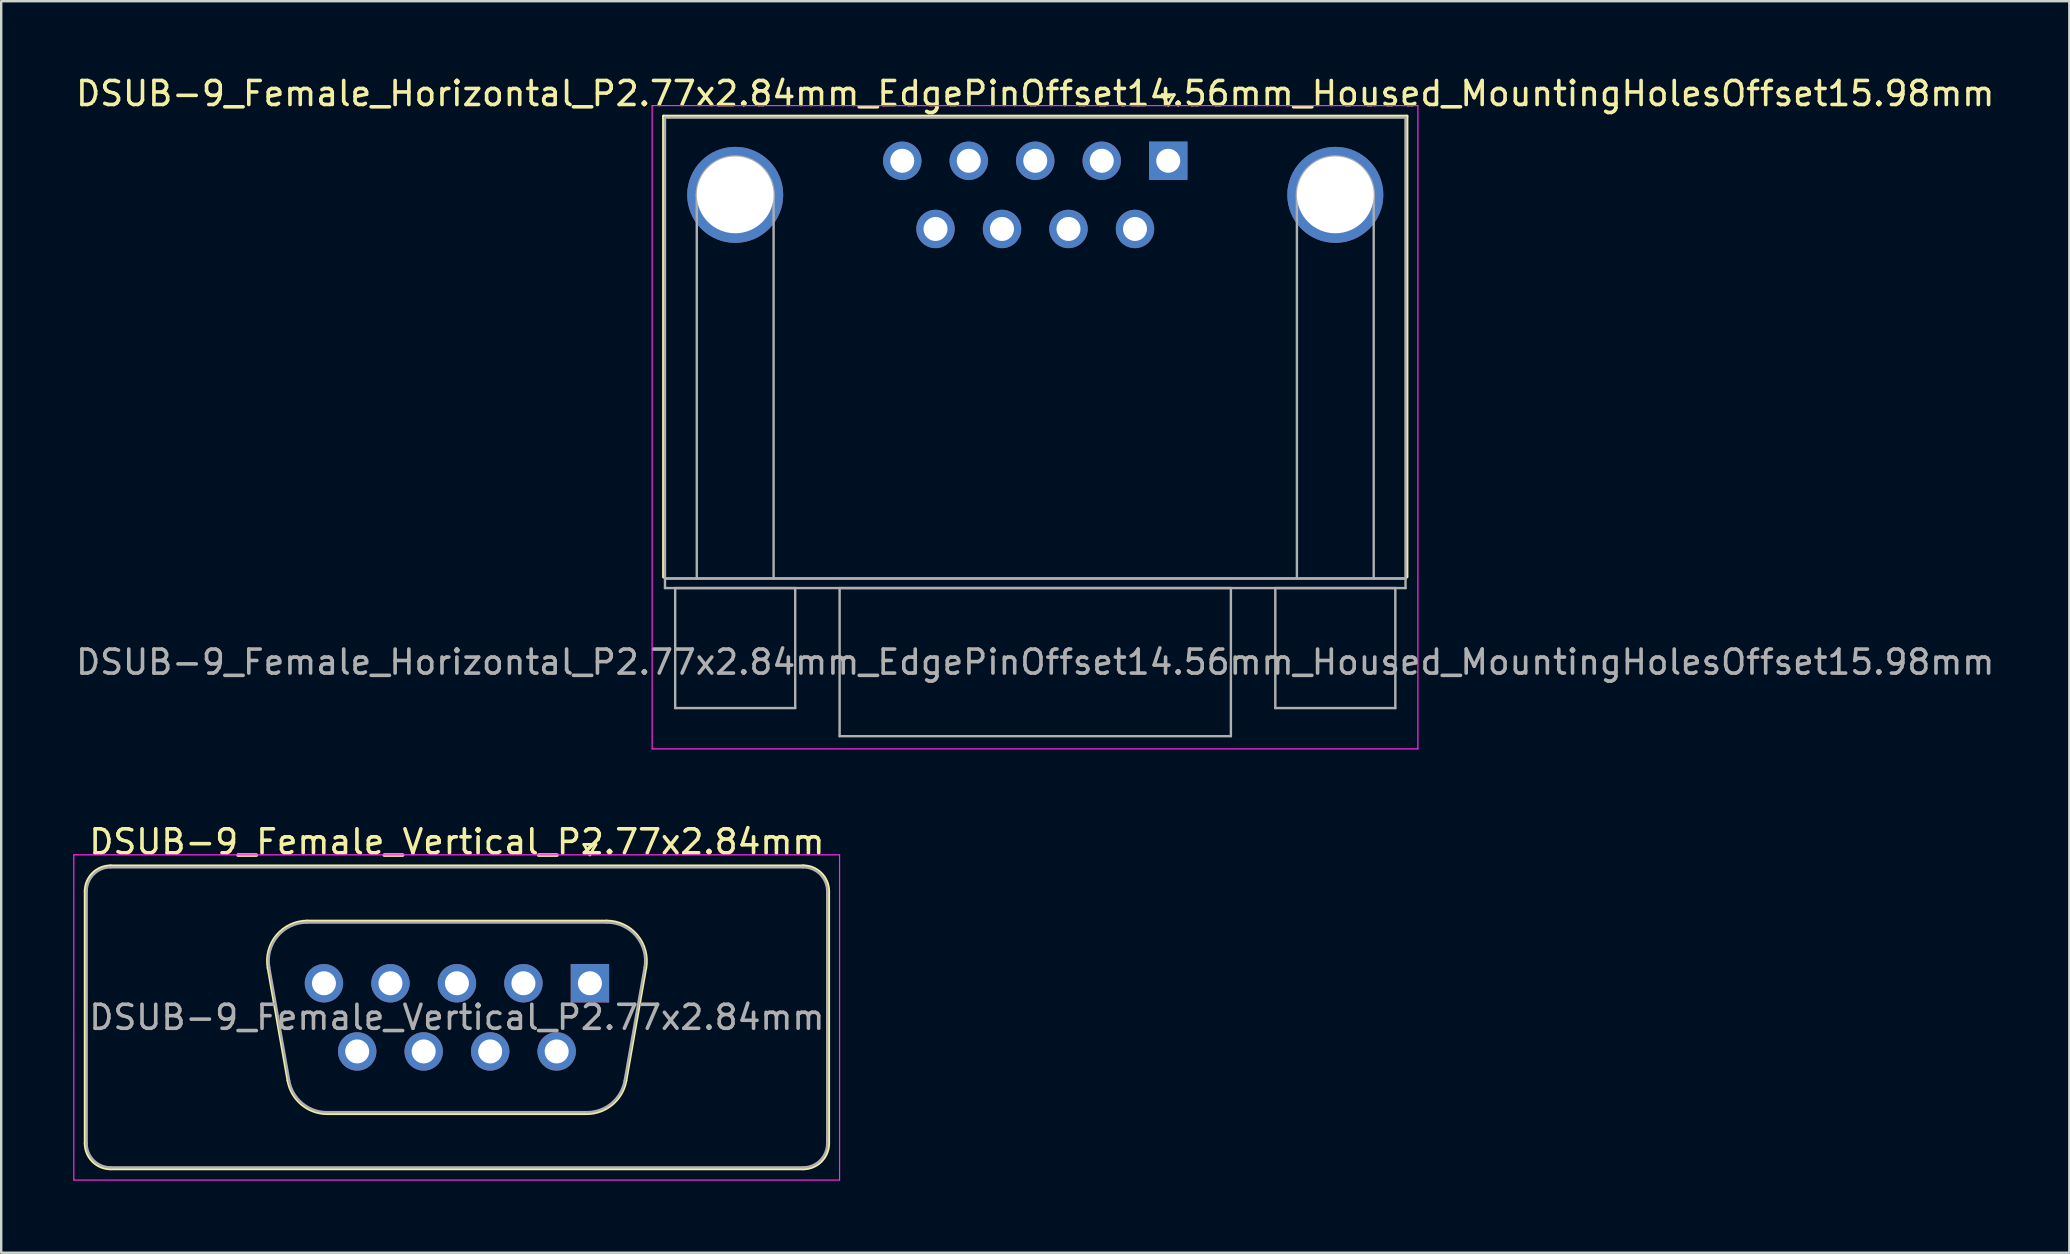
<source format=kicad_pcb>
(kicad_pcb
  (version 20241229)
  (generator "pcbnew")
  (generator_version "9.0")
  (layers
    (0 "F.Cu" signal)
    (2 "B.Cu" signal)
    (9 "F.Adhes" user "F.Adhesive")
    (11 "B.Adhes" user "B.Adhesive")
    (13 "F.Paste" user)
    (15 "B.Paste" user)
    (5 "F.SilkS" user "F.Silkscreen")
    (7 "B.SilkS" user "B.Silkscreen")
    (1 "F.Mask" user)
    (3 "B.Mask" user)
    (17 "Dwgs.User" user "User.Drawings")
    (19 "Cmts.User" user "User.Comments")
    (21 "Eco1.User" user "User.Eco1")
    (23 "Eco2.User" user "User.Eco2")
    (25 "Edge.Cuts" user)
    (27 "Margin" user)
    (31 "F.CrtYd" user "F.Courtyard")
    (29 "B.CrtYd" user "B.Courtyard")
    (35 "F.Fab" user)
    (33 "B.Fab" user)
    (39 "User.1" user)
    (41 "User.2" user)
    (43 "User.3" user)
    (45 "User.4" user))
  (footprint "DSUB-9_Female_Horizontal_P2.77x2.84mm_EdgePinOffset14.56mm_Housed_MountingHolesOffset15.98mm"
    (layer "F.Cu")
    (at 45.617 3.648)
    (property "Reference" "DSUB-9_Female_Horizontal_P2.77x2.84mm_EdgePinOffset14.56mm_Housed_MountingHolesOffset15.98mm" (at -5.54 -2.8 0) (layer "F.SilkS") (effects (font (size 1 1) (thickness 0.15))))
    (attr through_hole)
    (fp_line (start -21.025 -1.86) (end 9.945 -1.86) (stroke (width 0.12) (type solid)) (layer "F.SilkS"))
    (fp_line (start -21.025 17.34) (end -21.025 -1.86) (stroke (width 0.12) (type solid)) (layer "F.SilkS"))
    (fp_line (start -0.25 -2.754) (end 0.25 -2.754) (stroke (width 0.12) (type solid)) (layer "F.SilkS"))
    (fp_line (start 0 -2.321) (end -0.25 -2.754) (stroke (width 0.12) (type solid)) (layer "F.SilkS"))
    (fp_line (start 0.25 -2.754) (end 0 -2.321) (stroke (width 0.12) (type solid)) (layer "F.SilkS"))
    (fp_line (start 9.945 -1.86) (end 9.945 17.34) (stroke (width 0.12) (type solid)) (layer "F.SilkS"))
    (fp_line (start -21.5 -2.3) (end -21.5 24.5) (stroke (width 0.05) (type solid)) (layer "F.CrtYd"))
    (fp_line (start -21.5 24.5) (end 10.4 24.5) (stroke (width 0.05) (type solid)) (layer "F.CrtYd"))
    (fp_line (start 10.4 -2.3) (end -21.5 -2.3) (stroke (width 0.05) (type solid)) (layer "F.CrtYd"))
    (fp_line (start 10.4 24.5) (end 10.4 -2.3) (stroke (width 0.05) (type solid)) (layer "F.CrtYd"))
    (fp_line (start -20.965 -1.8) (end -20.965 17.4) (stroke (width 0.1) (type solid)) (layer "F.Fab"))
    (fp_line (start -20.965 17.4) (end -20.965 17.8) (stroke (width 0.1) (type solid)) (layer "F.Fab"))
    (fp_line (start -20.965 17.4) (end 9.885 17.4) (stroke (width 0.1) (type solid)) (layer "F.Fab"))
    (fp_line (start -20.965 17.8) (end 9.885 17.8) (stroke (width 0.1) (type solid)) (layer "F.Fab"))
    (fp_line (start -20.54 17.8) (end -20.54 22.8) (stroke (width 0.1) (type solid)) (layer "F.Fab"))
    (fp_line (start -20.54 22.8) (end -15.54 22.8) (stroke (width 0.1) (type solid)) (layer "F.Fab"))
    (fp_line (start -19.64 17.4) (end -19.64 1.42) (stroke (width 0.1) (type solid)) (layer "F.Fab"))
    (fp_line (start -16.44 17.4) (end -16.44 1.42) (stroke (width 0.1) (type solid)) (layer "F.Fab"))
    (fp_line (start -15.54 17.8) (end -20.54 17.8) (stroke (width 0.1) (type solid)) (layer "F.Fab"))
    (fp_line (start -15.54 22.8) (end -15.54 17.8) (stroke (width 0.1) (type solid)) (layer "F.Fab"))
    (fp_line (start -13.69 17.8) (end -13.69 23.97) (stroke (width 0.1) (type solid)) (layer "F.Fab"))
    (fp_line (start -13.69 23.97) (end 2.61 23.97) (stroke (width 0.1) (type solid)) (layer "F.Fab"))
    (fp_line (start 2.61 17.8) (end -13.69 17.8) (stroke (width 0.1) (type solid)) (layer "F.Fab"))
    (fp_line (start 2.61 23.97) (end 2.61 17.8) (stroke (width 0.1) (type solid)) (layer "F.Fab"))
    (fp_line (start 4.46 17.8) (end 4.46 22.8) (stroke (width 0.1) (type solid)) (layer "F.Fab"))
    (fp_line (start 4.46 22.8) (end 9.46 22.8) (stroke (width 0.1) (type solid)) (layer "F.Fab"))
    (fp_line (start 5.36 17.4) (end 5.36 1.42) (stroke (width 0.1) (type solid)) (layer "F.Fab"))
    (fp_line (start 8.56 17.4) (end 8.56 1.42) (stroke (width 0.1) (type solid)) (layer "F.Fab"))
    (fp_line (start 9.46 17.8) (end 4.46 17.8) (stroke (width 0.1) (type solid)) (layer "F.Fab"))
    (fp_line (start 9.46 22.8) (end 9.46 17.8) (stroke (width 0.1) (type solid)) (layer "F.Fab"))
    (fp_line (start 9.885 -1.8) (end -20.965 -1.8) (stroke (width 0.1) (type solid)) (layer "F.Fab"))
    (fp_line (start 9.885 17.4) (end -20.965 17.4) (stroke (width 0.1) (type solid)) (layer "F.Fab"))
    (fp_line (start 9.885 17.4) (end 9.885 -1.8) (stroke (width 0.1) (type solid)) (layer "F.Fab"))
    (fp_line (start 9.885 17.8) (end 9.885 17.4) (stroke (width 0.1) (type solid)) (layer "F.Fab"))
    (fp_arc (start -19.64 1.42) (mid -18.04 -0.18) (end -16.44 1.42) (stroke (width 0.1) (type solid)) (layer "F.Fab"))
    (fp_arc (start 5.36 1.42) (mid 6.96 -0.18) (end 8.56 1.42) (stroke (width 0.1) (type solid)) (layer "F.Fab"))
    (fp_text user "${REFERENCE}" (at -5.54 20.885 0) (layer "F.Fab") (effects (font (size 1 1) (thickness 0.15))))
    (pad "0" thru_hole circle (at -18.04 1.42) (size 4 4) (drill 3.2) (layers "*.Cu" "*.Mask"))
    (pad "0" thru_hole circle (at 6.96 1.42) (size 4 4) (drill 3.2) (layers "*.Cu" "*.Mask"))
    (pad "1" thru_hole rect (at 0 0) (size 1.6 1.6) (drill 1) (layers "*.Cu" "*.Mask"))
    (pad "2" thru_hole circle (at -2.77 0) (size 1.6 1.6) (drill 1) (layers "*.Cu" "*.Mask"))
    (pad "3" thru_hole circle (at -5.54 0) (size 1.6 1.6) (drill 1) (layers "*.Cu" "*.Mask"))
    (pad "4" thru_hole circle (at -8.31 0) (size 1.6 1.6) (drill 1) (layers "*.Cu" "*.Mask"))
    (pad "5" thru_hole circle (at -11.08 0) (size 1.6 1.6) (drill 1) (layers "*.Cu" "*.Mask"))
    (pad "6" thru_hole circle (at -1.385 2.84) (size 1.6 1.6) (drill 1) (layers "*.Cu" "*.Mask"))
    (pad "7" thru_hole circle (at -4.155 2.84) (size 1.6 1.6) (drill 1) (layers "*.Cu" "*.Mask"))
    (pad "8" thru_hole circle (at -6.925 2.84) (size 1.6 1.6) (drill 1) (layers "*.Cu" "*.Mask"))
    (pad "9" thru_hole circle (at -9.695 2.84) (size 1.6 1.6) (drill 1) (layers "*.Cu" "*.Mask")))
  (footprint "DSUB-9_Female_Vertical_P2.77x2.84mm"
    (layer "F.Cu")
    (at 21.525 37.911)
    (property "Reference" "DSUB-9_Female_Vertical_P2.77x2.84mm" (at -5.54 -5.89 0) (layer "F.SilkS") (effects (font (size 1 1) (thickness 0.15))))
    (attr through_hole)
    (fp_line (start -21.025 6.67) (end -21.025 -3.83) (stroke (width 0.12) (type solid)) (layer "F.SilkS"))
    (fp_line (start -19.965 -4.89) (end 8.885 -4.89) (stroke (width 0.12) (type solid)) (layer "F.SilkS"))
    (fp_line (start -13.406 -0.642) (end -12.578 4.058) (stroke (width 0.12) (type solid)) (layer "F.SilkS"))
    (fp_line (start -11.772 -2.59) (end 0.692 -2.59) (stroke (width 0.12) (type solid)) (layer "F.SilkS"))
    (fp_line (start -10.943 5.43) (end -0.137 5.43) (stroke (width 0.12) (type solid)) (layer "F.SilkS"))
    (fp_line (start -0.25 -5.784) (end 0.25 -5.784) (stroke (width 0.12) (type solid)) (layer "F.SilkS"))
    (fp_line (start 0 -5.351) (end -0.25 -5.784) (stroke (width 0.12) (type solid)) (layer "F.SilkS"))
    (fp_line (start 0.25 -5.784) (end 0 -5.351) (stroke (width 0.12) (type solid)) (layer "F.SilkS"))
    (fp_line (start 2.326 -0.642) (end 1.498 4.058) (stroke (width 0.12) (type solid)) (layer "F.SilkS"))
    (fp_line (start 8.885 7.73) (end -19.965 7.73) (stroke (width 0.12) (type solid)) (layer "F.SilkS"))
    (fp_line (start 9.945 -3.83) (end 9.945 6.67) (stroke (width 0.12) (type solid)) (layer "F.SilkS"))
    (fp_arc (start -21.025 -3.83) (mid -20.714533 -4.579533) (end -19.965 -4.89) (stroke (width 0.12) (type solid)) (layer "F.SilkS"))
    (fp_arc (start -19.965 7.73) (mid -20.714533 7.419533) (end -21.025 6.67) (stroke (width 0.12) (type solid)) (layer "F.SilkS"))
    (fp_arc (start -13.40647 -0.641744) (mid -13.043323 -1.997028) (end -11.771689 -2.59) (stroke (width 0.12) (type solid)) (layer "F.SilkS"))
    (fp_arc (start -10.942952 5.43) (mid -12.009979 5.041634) (end -12.577733 4.058256) (stroke (width 0.12) (type solid)) (layer "F.SilkS"))
    (fp_arc (start 0.691689 -2.59) (mid 1.963323 -1.997027) (end 2.32647 -0.641744) (stroke (width 0.12) (type solid)) (layer "F.SilkS"))
    (fp_arc (start 1.497733 4.058256) (mid 0.92998 5.041634) (end -0.137048 5.43) (stroke (width 0.12) (type solid)) (layer "F.SilkS"))
    (fp_arc (start 8.885 -4.89) (mid 9.634533 -4.579533) (end 9.945 -3.83) (stroke (width 0.12) (type solid)) (layer "F.SilkS"))
    (fp_arc (start 9.945 6.67) (mid 9.634533 7.419533) (end 8.885 7.73) (stroke (width 0.12) (type solid)) (layer "F.SilkS"))
    (fp_line (start -21.5 -5.35) (end -21.5 8.2) (stroke (width 0.05) (type solid)) (layer "F.CrtYd"))
    (fp_line (start -21.5 8.2) (end 10.4 8.2) (stroke (width 0.05) (type solid)) (layer "F.CrtYd"))
    (fp_line (start 10.4 -5.35) (end -21.5 -5.35) (stroke (width 0.05) (type solid)) (layer "F.CrtYd"))
    (fp_line (start 10.4 8.2) (end 10.4 -5.35) (stroke (width 0.05) (type solid)) (layer "F.CrtYd"))
    (fp_line (start -20.965 6.67) (end -20.965 -3.83) (stroke (width 0.1) (type solid)) (layer "F.Fab"))
    (fp_line (start -19.965 -4.83) (end 8.885 -4.83) (stroke (width 0.1) (type solid)) (layer "F.Fab"))
    (fp_line (start -13.359 -0.652) (end -12.53 4.048) (stroke (width 0.1) (type solid)) (layer "F.Fab"))
    (fp_line (start -11.783 -2.53) (end 0.703 -2.53) (stroke (width 0.1) (type solid)) (layer "F.Fab"))
    (fp_line (start -10.954 5.37) (end -0.126 5.37) (stroke (width 0.1) (type solid)) (layer "F.Fab"))
    (fp_line (start 2.279 -0.652) (end 1.45 4.048) (stroke (width 0.1) (type solid)) (layer "F.Fab"))
    (fp_line (start 8.885 7.67) (end -19.965 7.67) (stroke (width 0.1) (type solid)) (layer "F.Fab"))
    (fp_line (start 9.885 -3.83) (end 9.885 6.67) (stroke (width 0.1) (type solid)) (layer "F.Fab"))
    (fp_arc (start -20.965 -3.83) (mid -20.672107 -4.537107) (end -19.965 -4.83) (stroke (width 0.1) (type solid)) (layer "F.Fab"))
    (fp_arc (start -19.965 7.67) (mid -20.672107 7.377107) (end -20.965 6.67) (stroke (width 0.1) (type solid)) (layer "F.Fab"))
    (fp_arc (start -13.358886 -0.652163) (mid -13.008865 -1.95846) (end -11.783194 -2.53) (stroke (width 0.1) (type solid)) (layer "F.Fab"))
    (fp_arc (start -10.954457 5.37) (mid -11.982917 4.995671) (end -12.530149 4.047837) (stroke (width 0.1) (type solid)) (layer "F.Fab"))
    (fp_arc (start 0.703194 -2.53) (mid 1.928865 -1.95846) (end 2.278886 -0.652163) (stroke (width 0.1) (type solid)) (layer "F.Fab"))
    (fp_arc (start 1.450149 4.047837) (mid 0.902917 4.995671) (end -0.125543 5.37) (stroke (width 0.1) (type solid)) (layer "F.Fab"))
    (fp_arc (start 8.885 -4.83) (mid 9.592107 -4.537107) (end 9.885 -3.83) (stroke (width 0.1) (type solid)) (layer "F.Fab"))
    (fp_arc (start 9.885 6.67) (mid 9.592107 7.377107) (end 8.885 7.67) (stroke (width 0.1) (type solid)) (layer "F.Fab"))
    (fp_text user "${REFERENCE}" (at -5.54 1.42 0) (layer "F.Fab") (effects (font (size 1 1) (thickness 0.15))))
    (pad "1" thru_hole rect (at 0 0) (size 1.6 1.6) (drill 1) (layers "*.Cu" "*.Mask"))
    (pad "2" thru_hole circle (at -2.77 0) (size 1.6 1.6) (drill 1) (layers "*.Cu" "*.Mask"))
    (pad "3" thru_hole circle (at -5.54 0) (size 1.6 1.6) (drill 1) (layers "*.Cu" "*.Mask"))
    (pad "4" thru_hole circle (at -8.31 0) (size 1.6 1.6) (drill 1) (layers "*.Cu" "*.Mask"))
    (pad "5" thru_hole circle (at -11.08 0) (size 1.6 1.6) (drill 1) (layers "*.Cu" "*.Mask"))
    (pad "6" thru_hole circle (at -1.385 2.84) (size 1.6 1.6) (drill 1) (layers "*.Cu" "*.Mask"))
    (pad "7" thru_hole circle (at -4.155 2.84) (size 1.6 1.6) (drill 1) (layers "*.Cu" "*.Mask"))
    (pad "8" thru_hole circle (at -6.925 2.84) (size 1.6 1.6) (drill 1) (layers "*.Cu" "*.Mask"))
    (pad "9" thru_hole circle (at -9.695 2.84) (size 1.6 1.6) (drill 1) (layers "*.Cu" "*.Mask")))
  (gr_rect
    (start -3 -3)
    (end 83.155 49.136)
    (stroke (width 0.1) (type default))
    (fill no)
    (layer "Edge.Cuts")))
</source>
